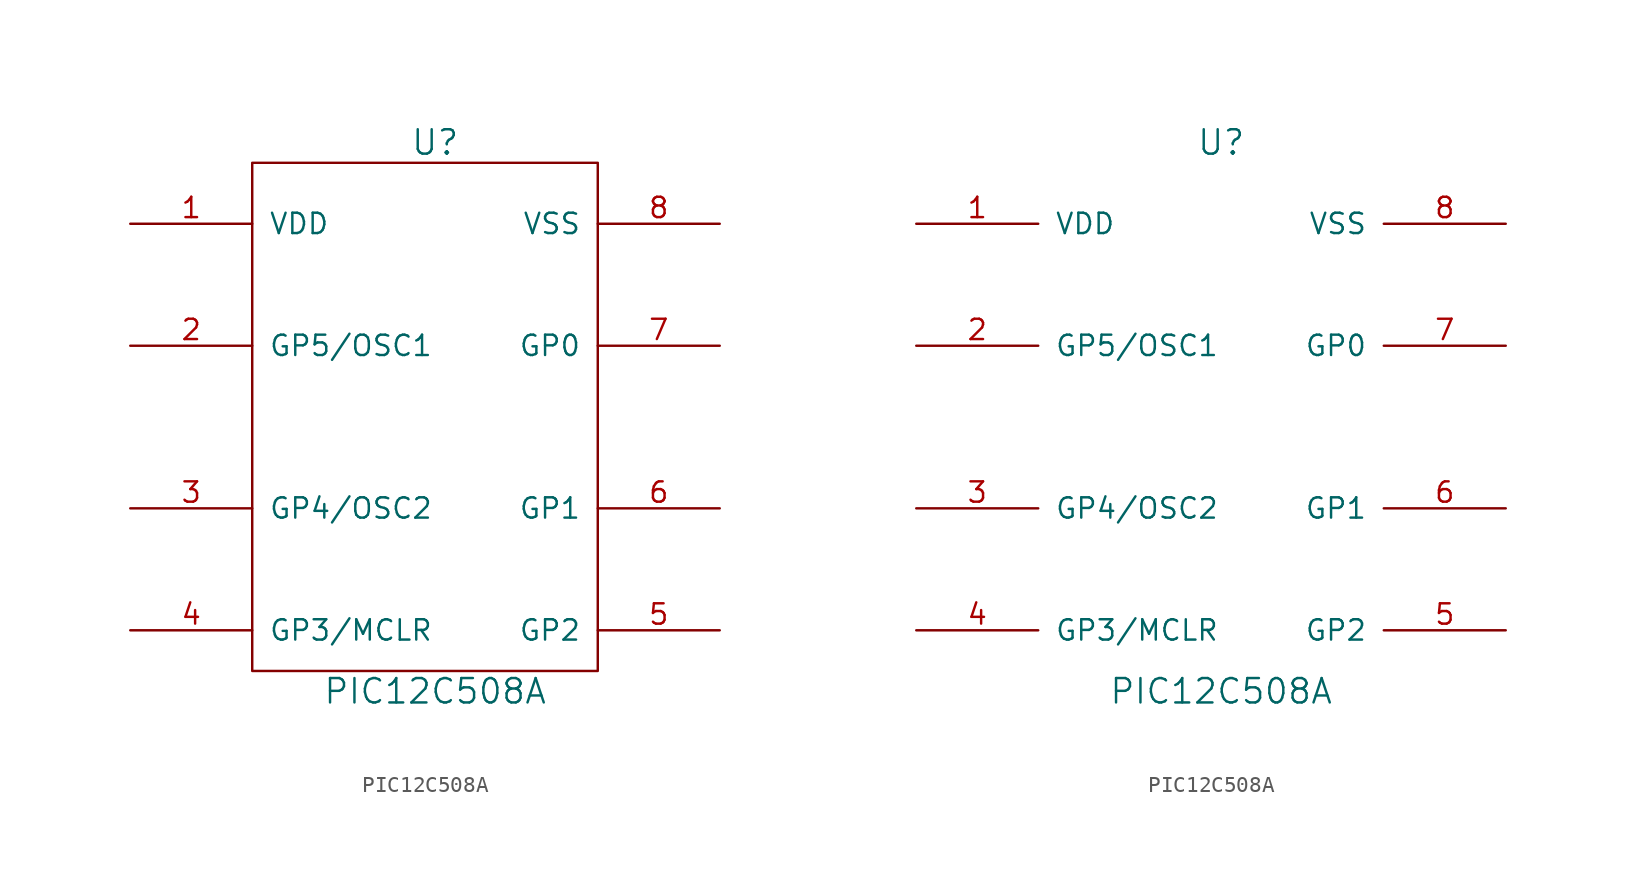
<source format=kicad_sym>
(kicad_symbol_lib
  (version 20241209)
  (generator "kicad_symbol_editor")
  (generator_version "9.0")
  (symbol "PIC12C508A"
    (pin_names
      (offset 1.016))
    (property "Reference" "U"
      (at 0 17.78 0)
      (effects (font (size 1.524 1.524))))
    (property "Value" "PIC12C508A"
      (at 0 -16.51 0)
      (effects (font (size 1.524 1.524))))
    (property "Footprint" ""
      (at 0 0 0)
      (effects (font (size 1.524 1.524))))
    (property "Datasheet" ""
      (at 0 0 0)
      (effects (font (size 1.524 1.524))))
    (symbol "PIC12C508A_0_1"
      (rectangle (start 10.16 -15.24) (end -11.43 16.51) (stroke (width 0) (type default)) (fill (type none))))
    (symbol "PIC12C508A_1_1"
      (pin power_in line (at -19.05 12.7 0) (length 7.62) (name "VDD" (effects (font (size 1.27 1.27)))) (number "1" (effects (font (size 1.27 1.27)))))
      (pin input line (at -19.05 5.08 0) (length 7.62) (name "GP5/OSC1" (effects (font (size 1.27 1.27)))) (number "2" (effects (font (size 1.27 1.27)))))
      (pin input line (at -19.05 -5.08 0) (length 7.62) (name "GP4/OSC2" (effects (font (size 1.27 1.27)))) (number "3" (effects (font (size 1.27 1.27)))))
      (pin input line (at -19.05 -12.7 0) (length 7.62) (name "GP3/MCLR" (effects (font (size 1.27 1.27)))) (number "4" (effects (font (size 1.27 1.27)))))
      (pin power_in line (at 17.78 12.7 180) (length 7.62) (name "VSS" (effects (font (size 1.27 1.27)))) (number "8" (effects (font (size 1.27 1.27)))))
      (pin input line (at 17.78 5.08 180) (length 7.62) (name "GP0" (effects (font (size 1.27 1.27)))) (number "7" (effects (font (size 1.27 1.27)))))
      (pin input line (at 17.78 -5.08 180) (length 7.62) (name "GP1" (effects (font (size 1.27 1.27)))) (number "6" (effects (font (size 1.27 1.27)))))
      (pin input line (at 17.78 -12.7 180) (length 7.62) (name "GP2" (effects (font (size 1.27 1.27)))) (number "5" (effects (font (size 1.27 1.27))))))
    (symbol "PIC12C508A_1_2"
      (pin power_in line (at -19.05 12.7 0) (length 7.62) (name "VDD" (effects (font (size 1.27 1.27)))) (number "1" (effects (font (size 1.27 1.27)))))
      (pin input line (at -19.05 5.08 0) (length 7.62) (name "GP5/OSC1" (effects (font (size 1.27 1.27)))) (number "2" (effects (font (size 1.27 1.27)))))
      (pin input line (at -19.05 -5.08 0) (length 7.62) (name "GP4/OSC2" (effects (font (size 1.27 1.27)))) (number "3" (effects (font (size 1.27 1.27)))))
      (pin input line (at -19.05 -12.7 0) (length 7.62) (name "GP3/MCLR" (effects (font (size 1.27 1.27)))) (number "4" (effects (font (size 1.27 1.27)))))
      (pin power_in line (at 17.78 12.7 180) (length 7.62) (name "VSS" (effects (font (size 1.27 1.27)))) (number "8" (effects (font (size 1.27 1.27)))))
      (pin input line (at 17.78 5.08 180) (length 7.62) (name "GP0" (effects (font (size 1.27 1.27)))) (number "7" (effects (font (size 1.27 1.27)))))
      (pin input line (at 17.78 -5.08 180) (length 7.62) (name "GP1" (effects (font (size 1.27 1.27)))) (number "6" (effects (font (size 1.27 1.27)))))
      (pin input line (at 17.78 -12.7 180) (length 7.62) (name "GP2" (effects (font (size 1.27 1.27)))) (number "5" (effects (font (size 1.27 1.27))))))))
</source>
